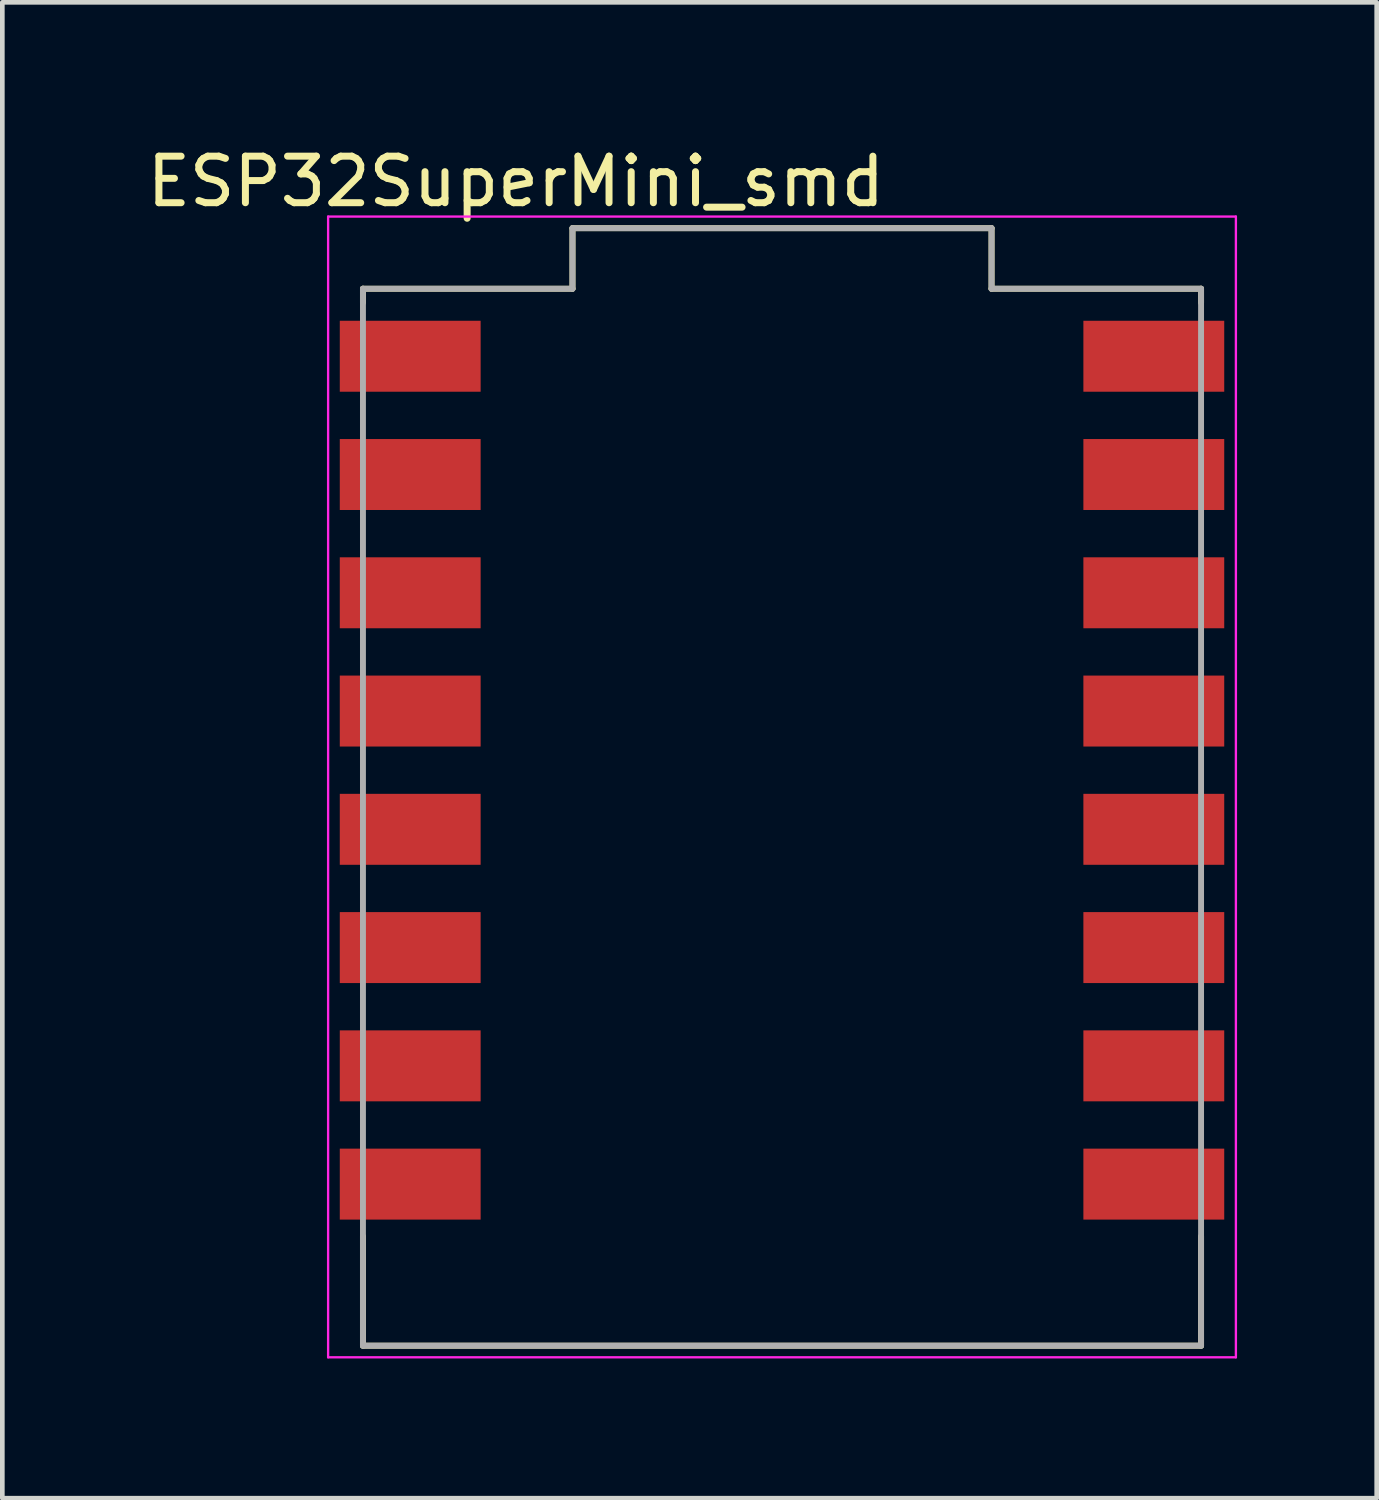
<source format=kicad_pcb>
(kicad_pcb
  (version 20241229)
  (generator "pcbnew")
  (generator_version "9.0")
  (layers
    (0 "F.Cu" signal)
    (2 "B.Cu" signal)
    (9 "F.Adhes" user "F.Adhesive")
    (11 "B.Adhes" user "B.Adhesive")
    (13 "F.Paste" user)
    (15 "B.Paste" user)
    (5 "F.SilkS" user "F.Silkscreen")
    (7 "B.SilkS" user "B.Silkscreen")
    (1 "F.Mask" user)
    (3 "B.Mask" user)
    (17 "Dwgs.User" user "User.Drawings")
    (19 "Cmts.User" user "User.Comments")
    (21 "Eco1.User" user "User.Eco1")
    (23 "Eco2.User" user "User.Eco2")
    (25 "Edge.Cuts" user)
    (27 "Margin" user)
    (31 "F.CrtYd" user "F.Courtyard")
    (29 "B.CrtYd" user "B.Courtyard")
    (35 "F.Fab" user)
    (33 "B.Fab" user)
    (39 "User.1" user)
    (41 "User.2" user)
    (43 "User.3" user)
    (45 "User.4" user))
  (footprint "ESP32SuperMini_smd"
    (layer "F.Cu")
    (at 13.745 14.501)
    (property "Reference" "ESP32SuperMini_smd" (at -5.715 -13.652 0) (layer "F.SilkS") (effects (font (size 1 1) (thickness 0.15))))
    (attr smd)
    (fp_line (start -9 -11.05) (end -9 -11.35) (stroke (width 0.127) (type solid)) (layer "F.SilkS"))
    (fp_line (start -9 11.35) (end -9 9) (stroke (width 0.127) (type solid)) (layer "F.SilkS"))
    (fp_line (start -4.5 -12.65) (end -4.5 -11.35) (stroke (width 0.127) (type solid)) (layer "F.SilkS"))
    (fp_line (start -4.5 -11.35) (end -9 -11.35) (stroke (width 0.127) (type solid)) (layer "F.SilkS"))
    (fp_line (start 4.5 -12.65) (end -4.5 -12.65) (stroke (width 0.127) (type solid)) (layer "F.SilkS"))
    (fp_line (start 4.5 -12.65) (end 4.5 -11.35) (stroke (width 0.127) (type solid)) (layer "F.SilkS"))
    (fp_line (start 9 -11.35) (end 4.5 -11.35) (stroke (width 0.127) (type solid)) (layer "F.SilkS"))
    (fp_line (start 9 -11.05) (end 9 -11.35) (stroke (width 0.127) (type solid)) (layer "F.SilkS"))
    (fp_line (start 9 11.35) (end -9 11.35) (stroke (width 0.127) (type solid)) (layer "F.SilkS"))
    (fp_line (start 9 11.35) (end 9 9) (stroke (width 0.127) (type solid)) (layer "F.SilkS"))
    (fp_line (start -9.748 -12.9) (end 9.748 -12.9) (stroke (width 0.05) (type solid)) (layer "F.CrtYd"))
    (fp_line (start -9.748 11.6) (end -9.748 -12.9) (stroke (width 0.05) (type solid)) (layer "F.CrtYd"))
    (fp_line (start 9.748 -12.9) (end 9.748 11.6) (stroke (width 0.05) (type solid)) (layer "F.CrtYd"))
    (fp_line (start 9.748 11.6) (end -9.748 11.6) (stroke (width 0.05) (type solid)) (layer "F.CrtYd"))
    (fp_line (start -9 11.35) (end -9 -11.35) (stroke (width 0.127) (type solid)) (layer "F.Fab"))
    (fp_line (start -4.5 -12.65) (end -4.5 -11.35) (stroke (width 0.127) (type solid)) (layer "F.Fab"))
    (fp_line (start -4.5 -11.35) (end -9 -11.35) (stroke (width 0.127) (type solid)) (layer "F.Fab"))
    (fp_line (start 4.5 -12.65) (end -4.5 -12.65) (stroke (width 0.127) (type solid)) (layer "F.Fab"))
    (fp_line (start 4.5 -12.65) (end 4.5 -11.35) (stroke (width 0.127) (type solid)) (layer "F.Fab"))
    (fp_line (start 9 -11.35) (end 4.5 -11.35) (stroke (width 0.127) (type solid)) (layer "F.Fab"))
    (fp_line (start 9 11.35) (end -9 11.35) (stroke (width 0.127) (type solid)) (layer "F.Fab"))
    (fp_line (start 9 11.35) (end 9 -11.35) (stroke (width 0.127) (type solid)) (layer "F.Fab"))
    (pad "1" smd rect (at -7.985 -9.9) (size 3.025 1.524) (layers "F.Cu" "F.Mask" "F.Paste"))
    (pad "2" smd rect (at -7.985 -7.36) (size 3.025 1.524) (layers "F.Cu" "F.Mask" "F.Paste"))
    (pad "3" smd rect (at -7.985 -4.82) (size 3.025 1.524) (layers "F.Cu" "F.Mask" "F.Paste"))
    (pad "4" smd rect (at -7.985 -2.28) (size 3.025 1.524) (layers "F.Cu" "F.Mask" "F.Paste"))
    (pad "5" smd rect (at -7.985 0.26) (size 3.025 1.524) (layers "F.Cu" "F.Mask" "F.Paste"))
    (pad "6" smd rect (at -7.985 2.8) (size 3.025 1.524) (layers "F.Cu" "F.Mask" "F.Paste"))
    (pad "7" smd rect (at -7.985 5.34) (size 3.025 1.524) (layers "F.Cu" "F.Mask" "F.Paste"))
    (pad "8" smd rect (at -7.985 7.88) (size 3.025 1.524) (layers "F.Cu" "F.Mask" "F.Paste"))
    (pad "9" smd rect (at 7.985 -9.9) (size 3.025 1.524) (layers "F.Cu" "F.Mask" "F.Paste"))
    (pad "10" smd rect (at 7.985 -7.36) (size 3.025 1.524) (layers "F.Cu" "F.Mask" "F.Paste"))
    (pad "11" smd rect (at 7.985 -4.82) (size 3.025 1.524) (layers "F.Cu" "F.Mask" "F.Paste"))
    (pad "12" smd rect (at 7.985 -2.28) (size 3.025 1.524) (layers "F.Cu" "F.Mask" "F.Paste"))
    (pad "13" smd rect (at 7.985 0.26) (size 3.025 1.524) (layers "F.Cu" "F.Mask" "F.Paste"))
    (pad "14" smd rect (at 7.985 2.8) (size 3.025 1.524) (layers "F.Cu" "F.Mask" "F.Paste"))
    (pad "15" smd rect (at 7.985 5.34) (size 3.025 1.524) (layers "F.Cu" "F.Mask" "F.Paste"))
    (pad "16" smd rect (at 7.985 7.88) (size 3.025 1.524) (layers "F.Cu" "F.Mask" "F.Paste")))
  (gr_rect
    (start -3 -3)
    (end 26.517 29.126)
    (stroke (width 0.1) (type default))
    (fill no)
    (layer "Edge.Cuts")))
</source>
